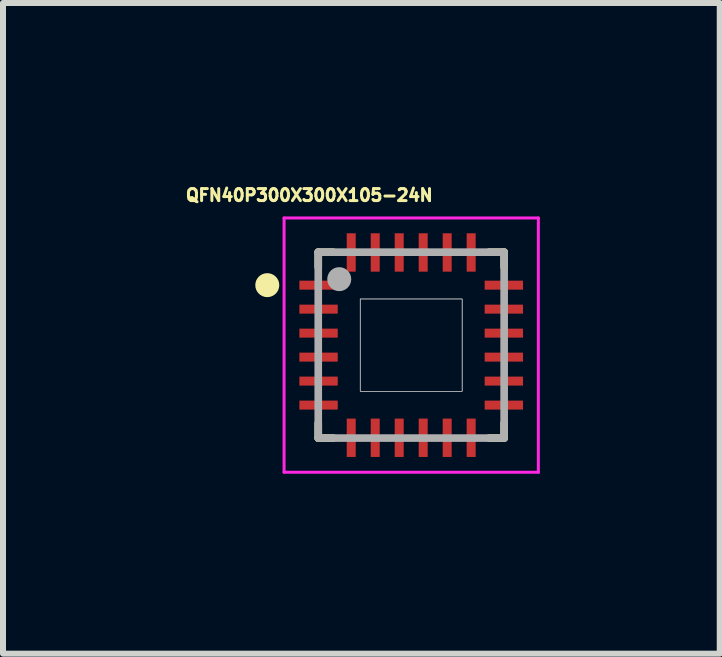
<source format=kicad_pcb>
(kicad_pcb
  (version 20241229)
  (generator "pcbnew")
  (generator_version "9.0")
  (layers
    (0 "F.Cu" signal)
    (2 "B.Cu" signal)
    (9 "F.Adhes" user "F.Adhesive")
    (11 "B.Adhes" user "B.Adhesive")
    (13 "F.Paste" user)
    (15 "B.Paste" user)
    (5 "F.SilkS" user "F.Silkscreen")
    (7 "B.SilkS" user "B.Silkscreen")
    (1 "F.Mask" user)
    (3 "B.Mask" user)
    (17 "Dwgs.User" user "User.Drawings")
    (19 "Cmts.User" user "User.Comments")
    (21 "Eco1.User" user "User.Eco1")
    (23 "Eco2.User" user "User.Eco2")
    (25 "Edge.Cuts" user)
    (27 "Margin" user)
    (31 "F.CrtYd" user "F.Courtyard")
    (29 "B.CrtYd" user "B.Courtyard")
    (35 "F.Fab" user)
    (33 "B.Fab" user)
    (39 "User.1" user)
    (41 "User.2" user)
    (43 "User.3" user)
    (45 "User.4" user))
  (footprint "QFN40P300X300X105-24N"
    (layer "F.Cu")
    (at 3.807 2.705)
    (property "Reference" "QFN40P300X300X105-24N" (at -1.7 -2.5 0) (layer "F.SilkS") (effects (font (size 0.2 0.2) (thickness 0.05))))
    (attr through_hole)
    (fp_line (start -1.55 -1.55) (end -1.55 -1.3) (stroke (width 0.127) (type solid)) (layer "F.SilkS"))
    (fp_line (start -1.55 1.3) (end -1.55 1.55) (stroke (width 0.127) (type solid)) (layer "F.SilkS"))
    (fp_line (start -1.55 1.55) (end -1.3 1.55) (stroke (width 0.127) (type solid)) (layer "F.SilkS"))
    (fp_line (start -1.3 -1.55) (end -1.55 -1.55) (stroke (width 0.127) (type solid)) (layer "F.SilkS"))
    (fp_line (start 1.3 -1.55) (end 1.55 -1.55) (stroke (width 0.127) (type solid)) (layer "F.SilkS"))
    (fp_line (start 1.55 -1.55) (end 1.55 -1.3) (stroke (width 0.127) (type solid)) (layer "F.SilkS"))
    (fp_line (start 1.55 1.3) (end 1.55 1.55) (stroke (width 0.127) (type solid)) (layer "F.SilkS"))
    (fp_line (start 1.55 1.55) (end 1.3 1.55) (stroke (width 0.127) (type solid)) (layer "F.SilkS"))
    (fp_circle (center -2.4 -1) (end -2.3 -1) (stroke (width 0.2) (type solid)) (fill no) (layer "F.SilkS"))
    (fp_poly (pts (xy -0.85 -0.77) (xy 0.85 -0.77) (xy 0.85 0.77) (xy -0.85 0.77)) (stroke (width 0.01) (type solid)) (fill no) (layer "Dwgs.User"))
    (fp_poly (pts (xy -0.85 -0.77) (xy 0.85 -0.77) (xy 0.85 0.77) (xy -0.85 0.77)) (stroke (width 0.01) (type solid)) (fill no) (layer "Dwgs.User"))
    (fp_line (start -2.12 -2.12) (end 2.12 -2.12) (stroke (width 0.05) (type solid)) (layer "F.CrtYd"))
    (fp_line (start -2.12 2.12) (end -2.12 -2.12) (stroke (width 0.05) (type solid)) (layer "F.CrtYd"))
    (fp_line (start 2.12 -2.12) (end 2.12 2.12) (stroke (width 0.05) (type solid)) (layer "F.CrtYd"))
    (fp_line (start 2.12 2.12) (end -2.12 2.12) (stroke (width 0.05) (type solid)) (layer "F.CrtYd"))
    (fp_line (start -1.55 -1.55) (end 1.55 -1.55) (stroke (width 0.127) (type solid)) (layer "F.Fab"))
    (fp_line (start -1.55 1.55) (end -1.55 -1.55) (stroke (width 0.127) (type solid)) (layer "F.Fab"))
    (fp_line (start 1.55 -1.55) (end 1.55 1.55) (stroke (width 0.127) (type solid)) (layer "F.Fab"))
    (fp_line (start 1.55 1.55) (end -1.55 1.55) (stroke (width 0.127) (type solid)) (layer "F.Fab"))
    (fp_circle (center -1.2 -1.1) (end -1.1 -1.1) (stroke (width 0.2) (type solid)) (fill no) (layer "F.Fab"))
    (pad "1" smd rect (at -1.545 -1) (size 0.64 0.15) (layers "F.Cu" "F.Mask" "F.Paste"))
    (pad "2" smd rect (at -1.545 -0.6) (size 0.64 0.15) (layers "F.Cu" "F.Mask" "F.Paste"))
    (pad "3" smd rect (at -1.545 -0.2) (size 0.64 0.15) (layers "F.Cu" "F.Mask" "F.Paste"))
    (pad "4" smd rect (at -1.545 0.2) (size 0.64 0.15) (layers "F.Cu" "F.Mask" "F.Paste"))
    (pad "5" smd rect (at -1.545 0.6) (size 0.64 0.15) (layers "F.Cu" "F.Mask" "F.Paste"))
    (pad "6" smd rect (at -1.545 1) (size 0.64 0.15) (layers "F.Cu" "F.Mask" "F.Paste"))
    (pad "7" smd rect (at -1 1.545) (size 0.15 0.64) (layers "F.Cu" "F.Mask" "F.Paste"))
    (pad "8" smd rect (at -0.6 1.545) (size 0.15 0.64) (layers "F.Cu" "F.Mask" "F.Paste"))
    (pad "9" smd rect (at -0.2 1.545) (size 0.15 0.64) (layers "F.Cu" "F.Mask" "F.Paste"))
    (pad "10" smd rect (at 0.2 1.545) (size 0.15 0.64) (layers "F.Cu" "F.Mask" "F.Paste"))
    (pad "11" smd rect (at 0.6 1.545) (size 0.15 0.64) (layers "F.Cu" "F.Mask" "F.Paste"))
    (pad "12" smd rect (at 1 1.545) (size 0.15 0.64) (layers "F.Cu" "F.Mask" "F.Paste"))
    (pad "13" smd rect (at 1.545 1) (size 0.64 0.15) (layers "F.Cu" "F.Mask" "F.Paste"))
    (pad "14" smd rect (at 1.545 0.6) (size 0.64 0.15) (layers "F.Cu" "F.Mask" "F.Paste"))
    (pad "15" smd rect (at 1.545 0.2) (size 0.64 0.15) (layers "F.Cu" "F.Mask" "F.Paste"))
    (pad "16" smd rect (at 1.545 -0.2) (size 0.64 0.15) (layers "F.Cu" "F.Mask" "F.Paste"))
    (pad "17" smd rect (at 1.545 -0.6) (size 0.64 0.15) (layers "F.Cu" "F.Mask" "F.Paste"))
    (pad "18" smd rect (at 1.545 -1) (size 0.64 0.15) (layers "F.Cu" "F.Mask" "F.Paste"))
    (pad "19" smd rect (at 1 -1.545) (size 0.15 0.64) (layers "F.Cu" "F.Mask" "F.Paste"))
    (pad "20" smd rect (at 0.6 -1.545) (size 0.15 0.64) (layers "F.Cu" "F.Mask" "F.Paste"))
    (pad "21" smd rect (at 0.2 -1.545) (size 0.15 0.64) (layers "F.Cu" "F.Mask" "F.Paste"))
    (pad "22" smd rect (at -0.2 -1.545) (size 0.15 0.64) (layers "F.Cu" "F.Mask" "F.Paste"))
    (pad "23" smd rect (at -0.6 -1.545) (size 0.15 0.64) (layers "F.Cu" "F.Mask" "F.Paste"))
    (pad "24" smd rect (at -1 -1.545) (size 0.15 0.64) (layers "F.Cu" "F.Mask" "F.Paste")))
  (gr_rect
    (start -3 -3)
    (end 8.952 7.85)
    (stroke (width 0.1) (type default))
    (fill no)
    (layer "Edge.Cuts")))
</source>
